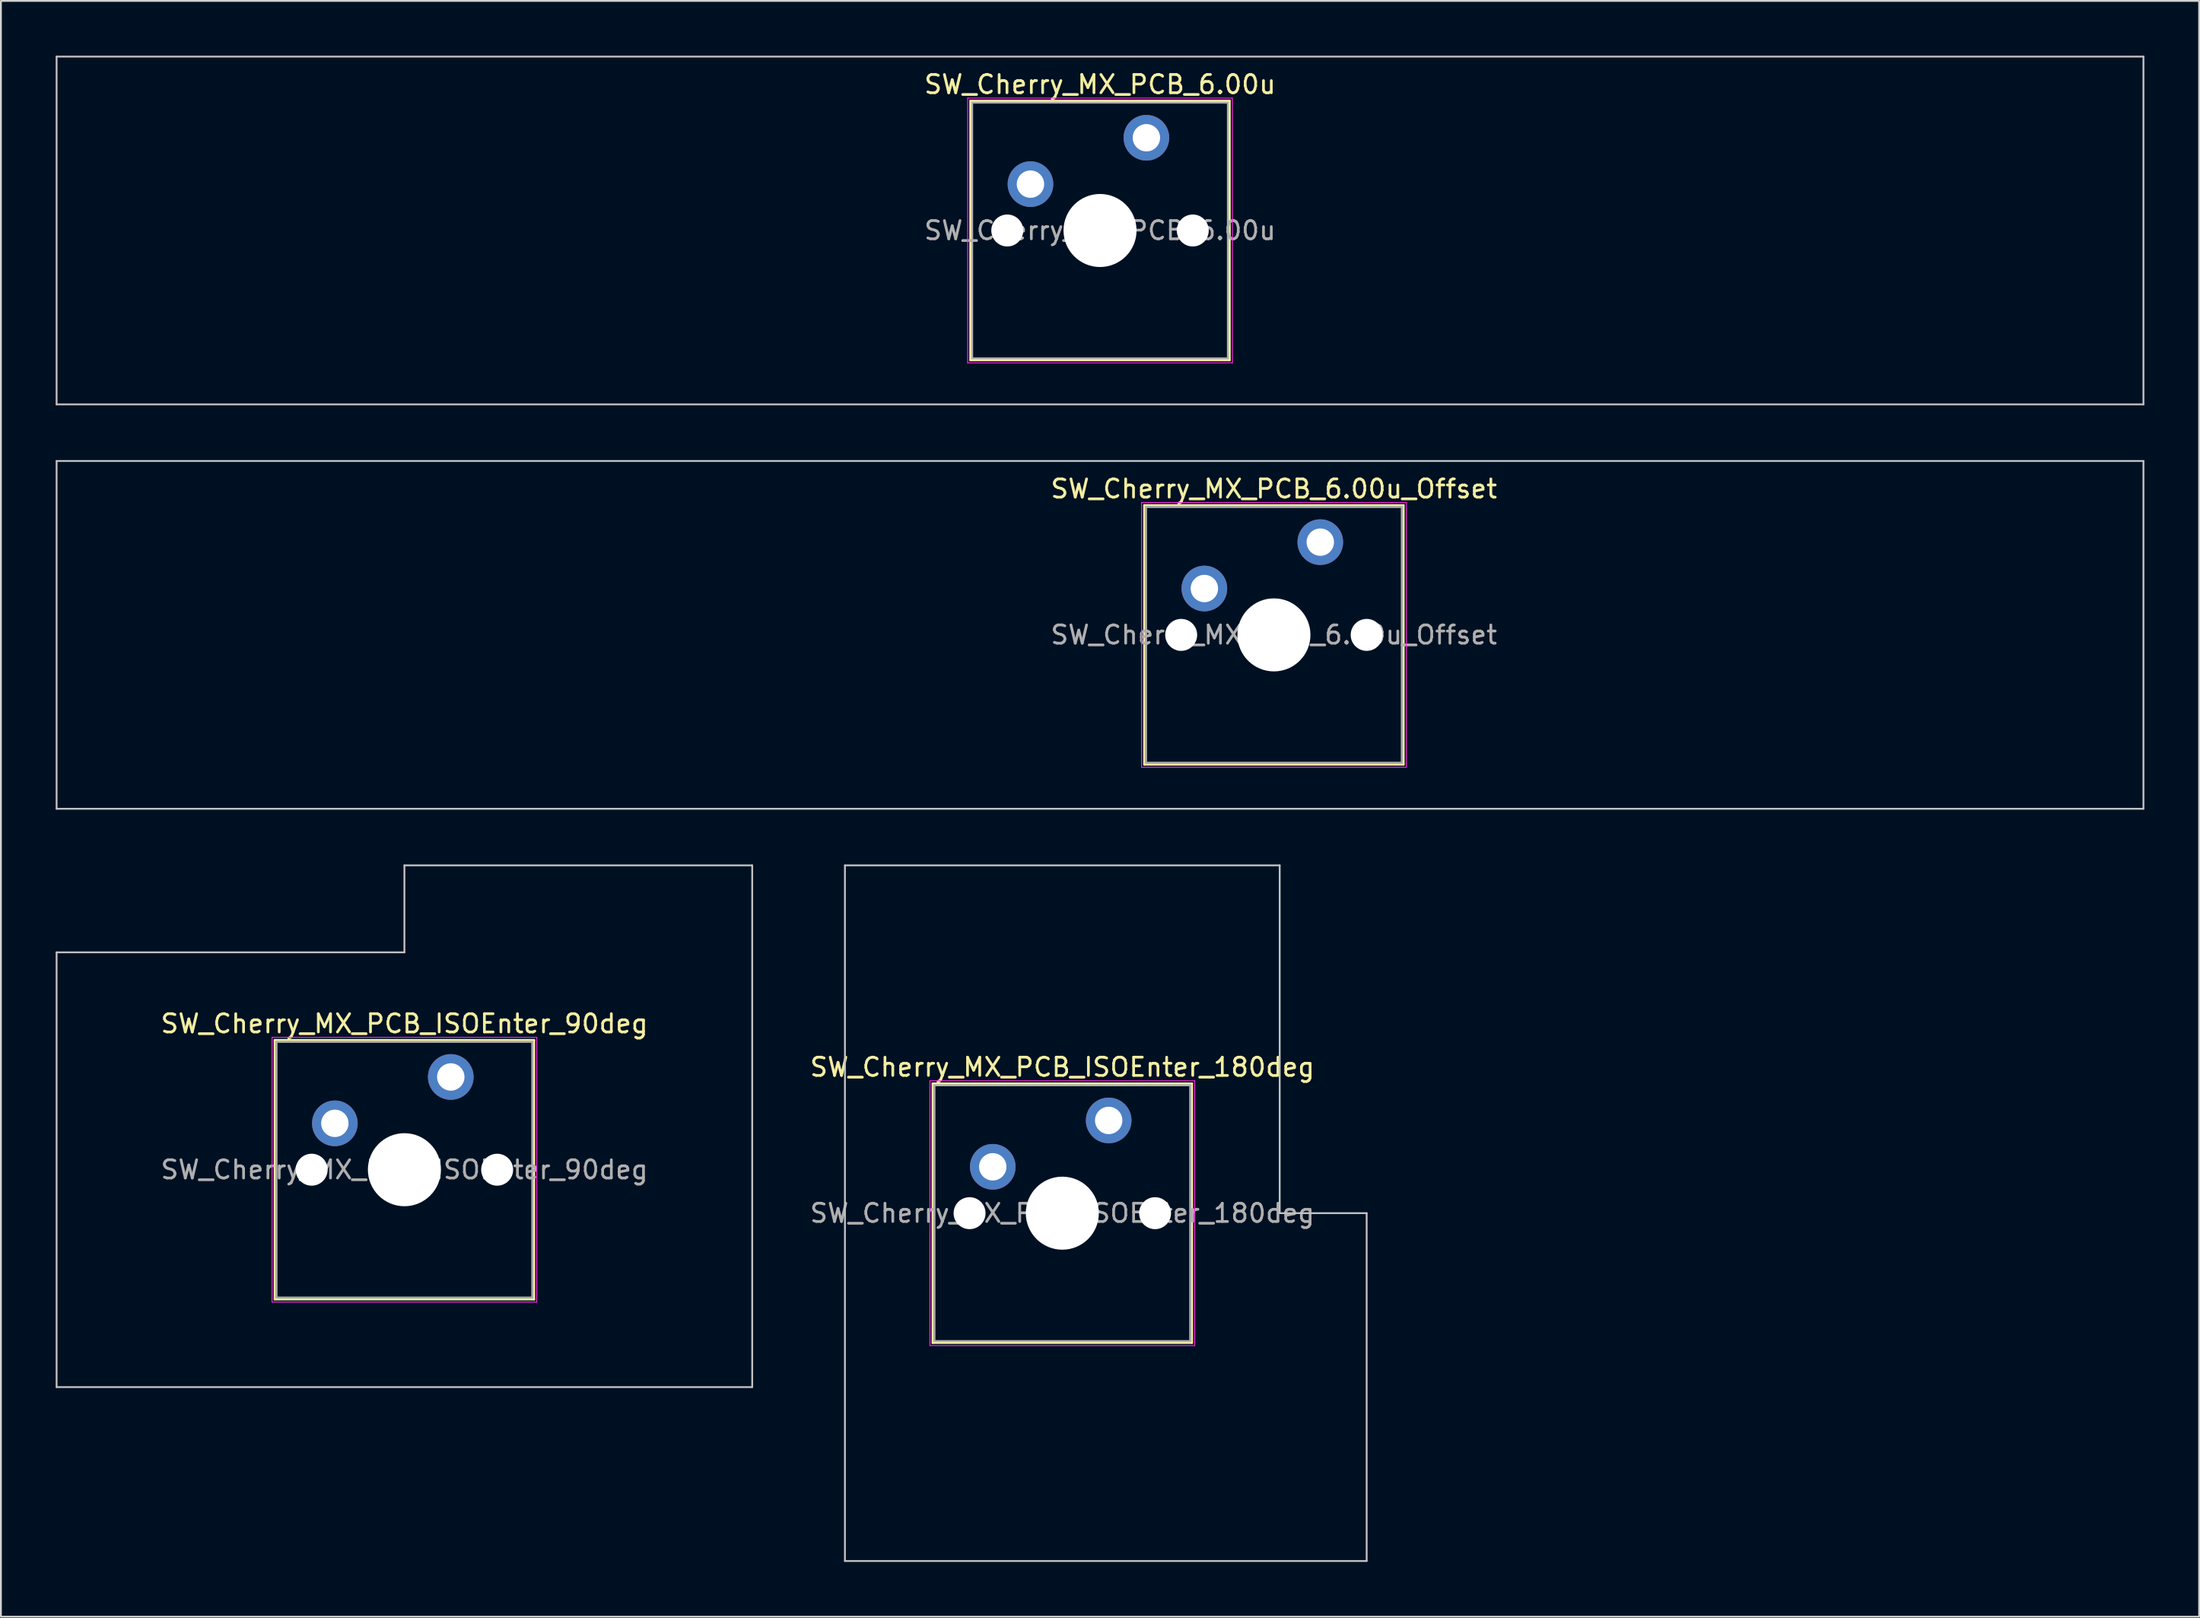
<source format=kicad_pcb>
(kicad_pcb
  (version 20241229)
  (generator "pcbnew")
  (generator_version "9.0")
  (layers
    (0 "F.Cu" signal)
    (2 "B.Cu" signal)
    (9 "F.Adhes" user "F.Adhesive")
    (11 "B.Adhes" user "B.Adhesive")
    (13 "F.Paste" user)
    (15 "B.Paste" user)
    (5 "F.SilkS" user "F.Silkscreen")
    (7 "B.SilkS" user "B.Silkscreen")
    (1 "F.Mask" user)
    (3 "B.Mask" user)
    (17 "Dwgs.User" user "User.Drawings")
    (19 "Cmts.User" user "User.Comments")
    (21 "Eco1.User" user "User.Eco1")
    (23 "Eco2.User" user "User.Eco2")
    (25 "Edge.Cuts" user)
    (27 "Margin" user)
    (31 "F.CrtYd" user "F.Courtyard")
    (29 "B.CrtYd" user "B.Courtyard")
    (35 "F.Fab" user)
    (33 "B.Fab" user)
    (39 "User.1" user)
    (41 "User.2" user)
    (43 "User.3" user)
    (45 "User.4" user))
  (footprint "SW_Cherry_MX_PCB_ISOEnter_90deg"
    (layer "F.Cu")
    (at 19.1 61.019)
    (property "Reference" "SW_Cherry_MX_PCB_ISOEnter_90deg" (at 0 -8 0) (layer "F.SilkS") (effects (font (size 1 1) (thickness 0.15))))
    (attr through_hole)
    (fp_line (start -7.1 -7.1) (end -7.1 7.1) (stroke (width 0.12) (type solid)) (layer "F.SilkS"))
    (fp_line (start -7.1 7.1) (end 7.1 7.1) (stroke (width 0.12) (type solid)) (layer "F.SilkS"))
    (fp_line (start 7.1 -7.1) (end -7.1 -7.1) (stroke (width 0.12) (type solid)) (layer "F.SilkS"))
    (fp_line (start 7.1 7.1) (end 7.1 -7.1) (stroke (width 0.12) (type solid)) (layer "F.SilkS"))
    (fp_line (start -19.05 -11.906) (end -19.05 11.906) (stroke (width 0.1) (type solid)) (layer "Dwgs.User"))
    (fp_line (start -19.05 11.906) (end 19.05 11.906) (stroke (width 0.1) (type solid)) (layer "Dwgs.User"))
    (fp_line (start 0 -16.669) (end 0 -11.906) (stroke (width 0.1) (type solid)) (layer "Dwgs.User"))
    (fp_line (start 0 -11.906) (end -19.05 -11.906) (stroke (width 0.1) (type solid)) (layer "Dwgs.User"))
    (fp_line (start 19.05 -16.669) (end 0 -16.669) (stroke (width 0.1) (type solid)) (layer "Dwgs.User"))
    (fp_line (start 19.05 11.906) (end 19.05 -16.669) (stroke (width 0.1) (type solid)) (layer "Dwgs.User"))
    (fp_line (start -7 -7) (end -7 7) (stroke (width 0.1) (type solid)) (layer "Eco1.User"))
    (fp_line (start -7 7) (end 7 7) (stroke (width 0.1) (type solid)) (layer "Eco1.User"))
    (fp_line (start 7 -7) (end -7 -7) (stroke (width 0.1) (type solid)) (layer "Eco1.User"))
    (fp_line (start 7 7) (end 7 -7) (stroke (width 0.1) (type solid)) (layer "Eco1.User"))
    (fp_line (start -7.25 -7.25) (end -7.25 7.25) (stroke (width 0.05) (type solid)) (layer "F.CrtYd"))
    (fp_line (start -7.25 7.25) (end 7.25 7.25) (stroke (width 0.05) (type solid)) (layer "F.CrtYd"))
    (fp_line (start 7.25 -7.25) (end -7.25 -7.25) (stroke (width 0.05) (type solid)) (layer "F.CrtYd"))
    (fp_line (start 7.25 7.25) (end 7.25 -7.25) (stroke (width 0.05) (type solid)) (layer "F.CrtYd"))
    (fp_line (start -7 -7) (end -7 7) (stroke (width 0.1) (type solid)) (layer "F.Fab"))
    (fp_line (start -7 7) (end 7 7) (stroke (width 0.1) (type solid)) (layer "F.Fab"))
    (fp_line (start 7 -7) (end -7 -7) (stroke (width 0.1) (type solid)) (layer "F.Fab"))
    (fp_line (start 7 7) (end 7 -7) (stroke (width 0.1) (type solid)) (layer "F.Fab"))
    (fp_text user "${REFERENCE}" (at 0 0 0) (layer "F.Fab") (effects (font (size 1 1) (thickness 0.15))))
    (pad "" np_thru_hole circle (at -5.08 0) (size 1.75 1.75) (drill 1.75) (layers "*.Cu" "*.Mask"))
    (pad "" np_thru_hole circle (at 0 0) (size 4 4) (drill 4) (layers "*.Cu" "*.Mask"))
    (pad "" np_thru_hole circle (at 5.08 0) (size 1.75 1.75) (drill 1.75) (layers "*.Cu" "*.Mask"))
    (pad "1" thru_hole circle (at -3.81 -2.54) (size 2.5 2.5) (drill 1.5) (layers "*.Cu" "*.Mask"))
    (pad "2" thru_hole circle (at 2.54 -5.08) (size 2.5 2.5) (drill 1.5) (layers "*.Cu" "*.Mask")))
  (footprint "SW_Cherry_MX_PCB_6.00u"
    (layer "F.Cu")
    (at 57.2 9.575)
    (property "Reference" "SW_Cherry_MX_PCB_6.00u" (at 0 -8 0) (layer "F.SilkS") (effects (font (size 1 1) (thickness 0.15))))
    (attr through_hole)
    (fp_line (start -7.1 -7.1) (end -7.1 7.1) (stroke (width 0.12) (type solid)) (layer "F.SilkS"))
    (fp_line (start -7.1 7.1) (end 7.1 7.1) (stroke (width 0.12) (type solid)) (layer "F.SilkS"))
    (fp_line (start 7.1 -7.1) (end -7.1 -7.1) (stroke (width 0.12) (type solid)) (layer "F.SilkS"))
    (fp_line (start 7.1 7.1) (end 7.1 -7.1) (stroke (width 0.12) (type solid)) (layer "F.SilkS"))
    (fp_line (start -57.15 -9.525) (end -57.15 9.525) (stroke (width 0.1) (type solid)) (layer "Dwgs.User"))
    (fp_line (start -57.15 9.525) (end 57.15 9.525) (stroke (width 0.1) (type solid)) (layer "Dwgs.User"))
    (fp_line (start 57.15 -9.525) (end -57.15 -9.525) (stroke (width 0.1) (type solid)) (layer "Dwgs.User"))
    (fp_line (start 57.15 9.525) (end 57.15 -9.525) (stroke (width 0.1) (type solid)) (layer "Dwgs.User"))
    (fp_line (start -7 -7) (end -7 7) (stroke (width 0.1) (type solid)) (layer "Eco1.User"))
    (fp_line (start -7 7) (end 7 7) (stroke (width 0.1) (type solid)) (layer "Eco1.User"))
    (fp_line (start 7 -7) (end -7 -7) (stroke (width 0.1) (type solid)) (layer "Eco1.User"))
    (fp_line (start 7 7) (end 7 -7) (stroke (width 0.1) (type solid)) (layer "Eco1.User"))
    (fp_line (start -7.25 -7.25) (end -7.25 7.25) (stroke (width 0.05) (type solid)) (layer "F.CrtYd"))
    (fp_line (start -7.25 7.25) (end 7.25 7.25) (stroke (width 0.05) (type solid)) (layer "F.CrtYd"))
    (fp_line (start 7.25 -7.25) (end -7.25 -7.25) (stroke (width 0.05) (type solid)) (layer "F.CrtYd"))
    (fp_line (start 7.25 7.25) (end 7.25 -7.25) (stroke (width 0.05) (type solid)) (layer "F.CrtYd"))
    (fp_line (start -7 -7) (end -7 7) (stroke (width 0.1) (type solid)) (layer "F.Fab"))
    (fp_line (start -7 7) (end 7 7) (stroke (width 0.1) (type solid)) (layer "F.Fab"))
    (fp_line (start 7 -7) (end -7 -7) (stroke (width 0.1) (type solid)) (layer "F.Fab"))
    (fp_line (start 7 7) (end 7 -7) (stroke (width 0.1) (type solid)) (layer "F.Fab"))
    (fp_text user "${REFERENCE}" (at 0 0 0) (layer "F.Fab") (effects (font (size 1 1) (thickness 0.15))))
    (pad "" np_thru_hole circle (at -5.08 0) (size 1.75 1.75) (drill 1.75) (layers "*.Cu" "*.Mask"))
    (pad "" np_thru_hole circle (at 0 0) (size 4 4) (drill 4) (layers "*.Cu" "*.Mask"))
    (pad "" np_thru_hole circle (at 5.08 0) (size 1.75 1.75) (drill 1.75) (layers "*.Cu" "*.Mask"))
    (pad "1" thru_hole circle (at -3.81 -2.54) (size 2.5 2.5) (drill 1.5) (layers "*.Cu" "*.Mask"))
    (pad "2" thru_hole circle (at 2.54 -5.08) (size 2.5 2.5) (drill 1.5) (layers "*.Cu" "*.Mask")))
  (footprint "SW_Cherry_MX_PCB_ISOEnter_180deg"
    (layer "F.Cu")
    (at 55.135 63.4)
    (property "Reference" "SW_Cherry_MX_PCB_ISOEnter_180deg" (at 0 -8 0) (layer "F.SilkS") (effects (font (size 1 1) (thickness 0.15))))
    (attr through_hole)
    (fp_line (start -7.1 -7.1) (end -7.1 7.1) (stroke (width 0.12) (type solid)) (layer "F.SilkS"))
    (fp_line (start -7.1 7.1) (end 7.1 7.1) (stroke (width 0.12) (type solid)) (layer "F.SilkS"))
    (fp_line (start 7.1 -7.1) (end -7.1 -7.1) (stroke (width 0.12) (type solid)) (layer "F.SilkS"))
    (fp_line (start 7.1 7.1) (end 7.1 -7.1) (stroke (width 0.12) (type solid)) (layer "F.SilkS"))
    (fp_line (start -11.906 -19.05) (end -11.906 19.05) (stroke (width 0.1) (type solid)) (layer "Dwgs.User"))
    (fp_line (start -11.906 19.05) (end 16.669 19.05) (stroke (width 0.1) (type solid)) (layer "Dwgs.User"))
    (fp_line (start 11.906 -19.05) (end -11.906 -19.05) (stroke (width 0.1) (type solid)) (layer "Dwgs.User"))
    (fp_line (start 11.906 0) (end 11.906 -19.05) (stroke (width 0.1) (type solid)) (layer "Dwgs.User"))
    (fp_line (start 16.669 0) (end 11.906 0) (stroke (width 0.1) (type solid)) (layer "Dwgs.User"))
    (fp_line (start 16.669 19.05) (end 16.669 0) (stroke (width 0.1) (type solid)) (layer "Dwgs.User"))
    (fp_line (start -7 -7) (end -7 7) (stroke (width 0.1) (type solid)) (layer "Eco1.User"))
    (fp_line (start -7 7) (end 7 7) (stroke (width 0.1) (type solid)) (layer "Eco1.User"))
    (fp_line (start 7 -7) (end -7 -7) (stroke (width 0.1) (type solid)) (layer "Eco1.User"))
    (fp_line (start 7 7) (end 7 -7) (stroke (width 0.1) (type solid)) (layer "Eco1.User"))
    (fp_line (start -7.25 -7.25) (end -7.25 7.25) (stroke (width 0.05) (type solid)) (layer "F.CrtYd"))
    (fp_line (start -7.25 7.25) (end 7.25 7.25) (stroke (width 0.05) (type solid)) (layer "F.CrtYd"))
    (fp_line (start 7.25 -7.25) (end -7.25 -7.25) (stroke (width 0.05) (type solid)) (layer "F.CrtYd"))
    (fp_line (start 7.25 7.25) (end 7.25 -7.25) (stroke (width 0.05) (type solid)) (layer "F.CrtYd"))
    (fp_line (start -7 -7) (end -7 7) (stroke (width 0.1) (type solid)) (layer "F.Fab"))
    (fp_line (start -7 7) (end 7 7) (stroke (width 0.1) (type solid)) (layer "F.Fab"))
    (fp_line (start 7 -7) (end -7 -7) (stroke (width 0.1) (type solid)) (layer "F.Fab"))
    (fp_line (start 7 7) (end 7 -7) (stroke (width 0.1) (type solid)) (layer "F.Fab"))
    (fp_text user "${REFERENCE}" (at 0 0 0) (layer "F.Fab") (effects (font (size 1 1) (thickness 0.15))))
    (pad "" np_thru_hole circle (at -5.08 0) (size 1.75 1.75) (drill 1.75) (layers "*.Cu" "*.Mask"))
    (pad "" np_thru_hole circle (at 0 0) (size 4 4) (drill 4) (layers "*.Cu" "*.Mask"))
    (pad "" np_thru_hole circle (at 5.08 0) (size 1.75 1.75) (drill 1.75) (layers "*.Cu" "*.Mask"))
    (pad "1" thru_hole circle (at -3.81 -2.54) (size 2.5 2.5) (drill 1.5) (layers "*.Cu" "*.Mask"))
    (pad "2" thru_hole circle (at 2.54 -5.08) (size 2.5 2.5) (drill 1.5) (layers "*.Cu" "*.Mask")))
  (footprint "SW_Cherry_MX_PCB_6.00u_Offset"
    (layer "F.Cu")
    (at 66.725 31.725)
    (property "Reference" "SW_Cherry_MX_PCB_6.00u_Offset" (at 0 -8 0) (layer "F.SilkS") (effects (font (size 1 1) (thickness 0.15))))
    (attr through_hole)
    (fp_line (start -7.1 -7.1) (end -7.1 7.1) (stroke (width 0.12) (type solid)) (layer "F.SilkS"))
    (fp_line (start -7.1 7.1) (end 7.1 7.1) (stroke (width 0.12) (type solid)) (layer "F.SilkS"))
    (fp_line (start 7.1 -7.1) (end -7.1 -7.1) (stroke (width 0.12) (type solid)) (layer "F.SilkS"))
    (fp_line (start 7.1 7.1) (end 7.1 -7.1) (stroke (width 0.12) (type solid)) (layer "F.SilkS"))
    (fp_line (start -66.675 -9.525) (end -66.675 9.525) (stroke (width 0.1) (type solid)) (layer "Dwgs.User"))
    (fp_line (start -66.675 9.525) (end 47.625 9.525) (stroke (width 0.1) (type solid)) (layer "Dwgs.User"))
    (fp_line (start 47.625 -9.525) (end -66.675 -9.525) (stroke (width 0.1) (type solid)) (layer "Dwgs.User"))
    (fp_line (start 47.625 9.525) (end 47.625 -9.525) (stroke (width 0.1) (type solid)) (layer "Dwgs.User"))
    (fp_line (start -7 -7) (end -7 7) (stroke (width 0.1) (type solid)) (layer "Eco1.User"))
    (fp_line (start -7 7) (end 7 7) (stroke (width 0.1) (type solid)) (layer "Eco1.User"))
    (fp_line (start 7 -7) (end -7 -7) (stroke (width 0.1) (type solid)) (layer "Eco1.User"))
    (fp_line (start 7 7) (end 7 -7) (stroke (width 0.1) (type solid)) (layer "Eco1.User"))
    (fp_line (start -7.25 -7.25) (end -7.25 7.25) (stroke (width 0.05) (type solid)) (layer "F.CrtYd"))
    (fp_line (start -7.25 7.25) (end 7.25 7.25) (stroke (width 0.05) (type solid)) (layer "F.CrtYd"))
    (fp_line (start 7.25 -7.25) (end -7.25 -7.25) (stroke (width 0.05) (type solid)) (layer "F.CrtYd"))
    (fp_line (start 7.25 7.25) (end 7.25 -7.25) (stroke (width 0.05) (type solid)) (layer "F.CrtYd"))
    (fp_line (start -7 -7) (end -7 7) (stroke (width 0.1) (type solid)) (layer "F.Fab"))
    (fp_line (start -7 7) (end 7 7) (stroke (width 0.1) (type solid)) (layer "F.Fab"))
    (fp_line (start 7 -7) (end -7 -7) (stroke (width 0.1) (type solid)) (layer "F.Fab"))
    (fp_line (start 7 7) (end 7 -7) (stroke (width 0.1) (type solid)) (layer "F.Fab"))
    (fp_text user "${REFERENCE}" (at 0 0 0) (layer "F.Fab") (effects (font (size 1 1) (thickness 0.15))))
    (pad "" np_thru_hole circle (at -5.08 0) (size 1.75 1.75) (drill 1.75) (layers "*.Cu" "*.Mask"))
    (pad "" np_thru_hole circle (at 0 0) (size 4 4) (drill 4) (layers "*.Cu" "*.Mask"))
    (pad "" np_thru_hole circle (at 5.08 0) (size 1.75 1.75) (drill 1.75) (layers "*.Cu" "*.Mask"))
    (pad "1" thru_hole circle (at -3.81 -2.54) (size 2.5 2.5) (drill 1.5) (layers "*.Cu" "*.Mask"))
    (pad "2" thru_hole circle (at 2.54 -5.08) (size 2.5 2.5) (drill 1.5) (layers "*.Cu" "*.Mask")))
  (gr_rect
    (start -3 -3)
    (end 117.4 85.5)
    (stroke (width 0.1) (type default))
    (fill no)
    (layer "Edge.Cuts")))
</source>
